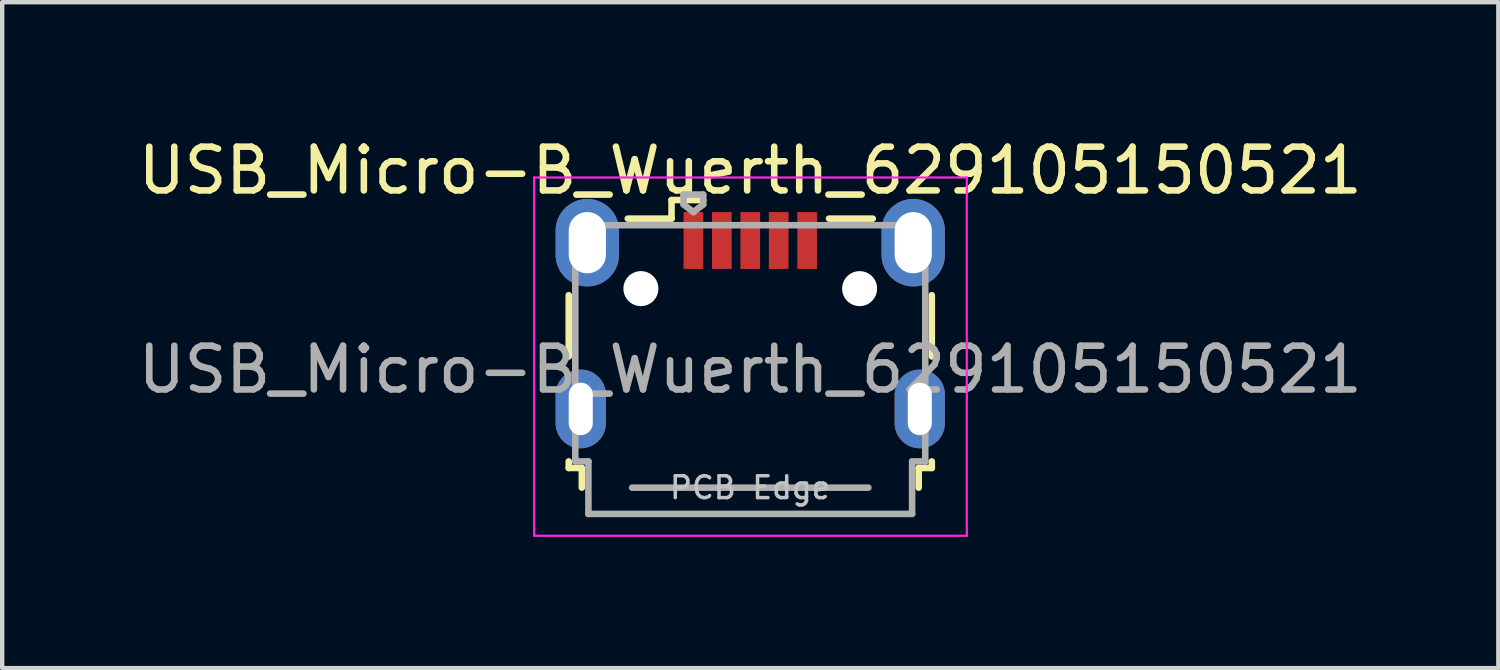
<source format=kicad_pcb>
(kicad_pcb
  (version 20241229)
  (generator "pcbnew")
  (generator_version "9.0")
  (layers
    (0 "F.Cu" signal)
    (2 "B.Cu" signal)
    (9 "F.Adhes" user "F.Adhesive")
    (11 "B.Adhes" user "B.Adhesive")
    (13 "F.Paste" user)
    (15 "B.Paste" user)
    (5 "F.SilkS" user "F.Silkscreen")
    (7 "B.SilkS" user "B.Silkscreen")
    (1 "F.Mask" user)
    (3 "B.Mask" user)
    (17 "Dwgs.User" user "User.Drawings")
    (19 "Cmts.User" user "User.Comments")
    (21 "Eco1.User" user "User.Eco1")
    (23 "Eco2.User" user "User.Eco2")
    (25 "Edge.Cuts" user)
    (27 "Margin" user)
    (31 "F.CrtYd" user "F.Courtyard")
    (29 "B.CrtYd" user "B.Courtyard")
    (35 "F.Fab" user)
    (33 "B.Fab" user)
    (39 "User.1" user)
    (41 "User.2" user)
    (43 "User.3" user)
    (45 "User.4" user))
  (footprint "USB_Micro-B_Wuerth_629105150521"
    (layer "F.Cu")
    (at 14.101 4.348)
    (property "Reference" "USB_Micro-B_Wuerth_629105150521" (at 0 -3.5 0) (layer "F.SilkS") (effects (font (size 1 1) (thickness 0.15))))
    (attr smd)
    (fp_line (start -4.15 -0.65) (end -4.15 0.75) (stroke (width 0.15) (type solid)) (layer "F.SilkS"))
    (fp_line (start -4.15 3.15) (end -4.15 3.3) (stroke (width 0.15) (type solid)) (layer "F.SilkS"))
    (fp_line (start -4.15 3.3) (end -3.85 3.3) (stroke (width 0.15) (type solid)) (layer "F.SilkS"))
    (fp_line (start -3.85 3.3) (end -3.85 3.75) (stroke (width 0.15) (type solid)) (layer "F.SilkS"))
    (fp_line (start -1.8 -2.825) (end -1.8 -2.4) (stroke (width 0.15) (type solid)) (layer "F.SilkS"))
    (fp_line (start -1.8 -2.4) (end -2.8 -2.4) (stroke (width 0.15) (type solid)) (layer "F.SilkS"))
    (fp_line (start -1.075 -2.825) (end -1.8 -2.825) (stroke (width 0.15) (type solid)) (layer "F.SilkS"))
    (fp_line (start 1.8 -2.4) (end 2.8 -2.4) (stroke (width 0.15) (type solid)) (layer "F.SilkS"))
    (fp_line (start 3.85 3.3) (end 4.15 3.3) (stroke (width 0.15) (type solid)) (layer "F.SilkS"))
    (fp_line (start 3.85 3.75) (end 3.85 3.3) (stroke (width 0.15) (type solid)) (layer "F.SilkS"))
    (fp_line (start 4.15 0.75) (end 4.15 -0.65) (stroke (width 0.15) (type solid)) (layer "F.SilkS"))
    (fp_line (start 4.15 3.3) (end 4.15 3.15) (stroke (width 0.15) (type solid)) (layer "F.SilkS"))
    (fp_line (start -4.94 -3.34) (end -4.94 4.85) (stroke (width 0.05) (type solid)) (layer "F.CrtYd"))
    (fp_line (start -4.94 4.85) (end 4.95 4.85) (stroke (width 0.05) (type solid)) (layer "F.CrtYd"))
    (fp_line (start 4.95 -3.34) (end -4.94 -3.34) (stroke (width 0.05) (type solid)) (layer "F.CrtYd"))
    (fp_line (start 4.95 4.85) (end 4.95 -3.34) (stroke (width 0.05) (type solid)) (layer "F.CrtYd"))
    (fp_line (start -4 -2.25) (end -4 3.15) (stroke (width 0.15) (type solid)) (layer "F.Fab"))
    (fp_line (start -4 3.15) (end -3.7 3.15) (stroke (width 0.15) (type solid)) (layer "F.Fab"))
    (fp_line (start -3.7 3.15) (end -3.7 4.35) (stroke (width 0.15) (type solid)) (layer "F.Fab"))
    (fp_line (start -3.7 4.35) (end 3.7 4.35) (stroke (width 0.15) (type solid)) (layer "F.Fab"))
    (fp_line (start -2.7 3.75) (end 2.7 3.75) (stroke (width 0.15) (type solid)) (layer "F.Fab"))
    (fp_line (start -1.525 -2.95) (end -1.075 -2.95) (stroke (width 0.15) (type solid)) (layer "F.Fab"))
    (fp_line (start -1.525 -2.725) (end -1.525 -2.95) (stroke (width 0.15) (type solid)) (layer "F.Fab"))
    (fp_line (start -1.3 -2.55) (end -1.525 -2.725) (stroke (width 0.15) (type solid)) (layer "F.Fab"))
    (fp_line (start -1.075 -2.95) (end -1.075 -2.725) (stroke (width 0.15) (type solid)) (layer "F.Fab"))
    (fp_line (start -1.075 -2.725) (end -1.3 -2.55) (stroke (width 0.15) (type solid)) (layer "F.Fab"))
    (fp_line (start 3.7 3.15) (end 4 3.15) (stroke (width 0.15) (type solid)) (layer "F.Fab"))
    (fp_line (start 3.7 4.35) (end 3.7 3.15) (stroke (width 0.15) (type solid)) (layer "F.Fab"))
    (fp_line (start 4 -2.25) (end -4 -2.25) (stroke (width 0.15) (type solid)) (layer "F.Fab"))
    (fp_line (start 4 3.15) (end 4 -2.25) (stroke (width 0.15) (type solid)) (layer "F.Fab"))
    (fp_text user "PCB Edge" (at 0 3.75 0) (layer "Dwgs.User") (effects (font (size 0.5 0.5) (thickness 0.08))))
    (fp_text user "${REFERENCE}" (at 0 1.05 0) (layer "F.Fab") (effects (font (size 1 1) (thickness 0.15))))
    (pad "" np_thru_hole oval (at -2.5 -0.8) (size 0.8 0.8) (drill 0.8) (layers "*.Cu" "*.Mask"))
    (pad "" np_thru_hole oval (at 2.5 -0.8) (size 0.8 0.8) (drill 0.8) (layers "*.Cu" "*.Mask"))
    (pad "1" smd rect (at -1.3 -1.9) (size 0.45 1.3) (layers "F.Cu" "F.Mask" "F.Paste"))
    (pad "2" smd rect (at -0.65 -1.9) (size 0.45 1.3) (layers "F.Cu" "F.Mask" "F.Paste"))
    (pad "3" smd rect (at 0 -1.9) (size 0.45 1.3) (layers "F.Cu" "F.Mask" "F.Paste"))
    (pad "4" smd rect (at 0.65 -1.9) (size 0.45 1.3) (layers "F.Cu" "F.Mask" "F.Paste"))
    (pad "5" smd rect (at 1.3 -1.9) (size 0.45 1.3) (layers "F.Cu" "F.Mask" "F.Paste"))
    (pad "6" thru_hole oval (at -3.875 1.95) (size 1.15 1.8) (drill oval 0.55 1.2) (layers "*.Cu" "*.Mask"))
    (pad "6" thru_hole oval (at -3.725 -1.85) (size 1.45 2) (drill oval 0.85 1.4) (layers "*.Cu" "*.Mask"))
    (pad "6" thru_hole oval (at 3.725 -1.85) (size 1.45 2) (drill oval 0.85 1.4) (layers "*.Cu" "*.Mask"))
    (pad "6" thru_hole oval (at 3.875 1.95) (size 1.15 1.8) (drill oval 0.55 1.2) (layers "*.Cu" "*.Mask")))
  (gr_rect
    (start -3 -3)
    (end 31.202 12.223)
    (stroke (width 0.1) (type default))
    (fill no)
    (layer "Edge.Cuts")))
</source>
